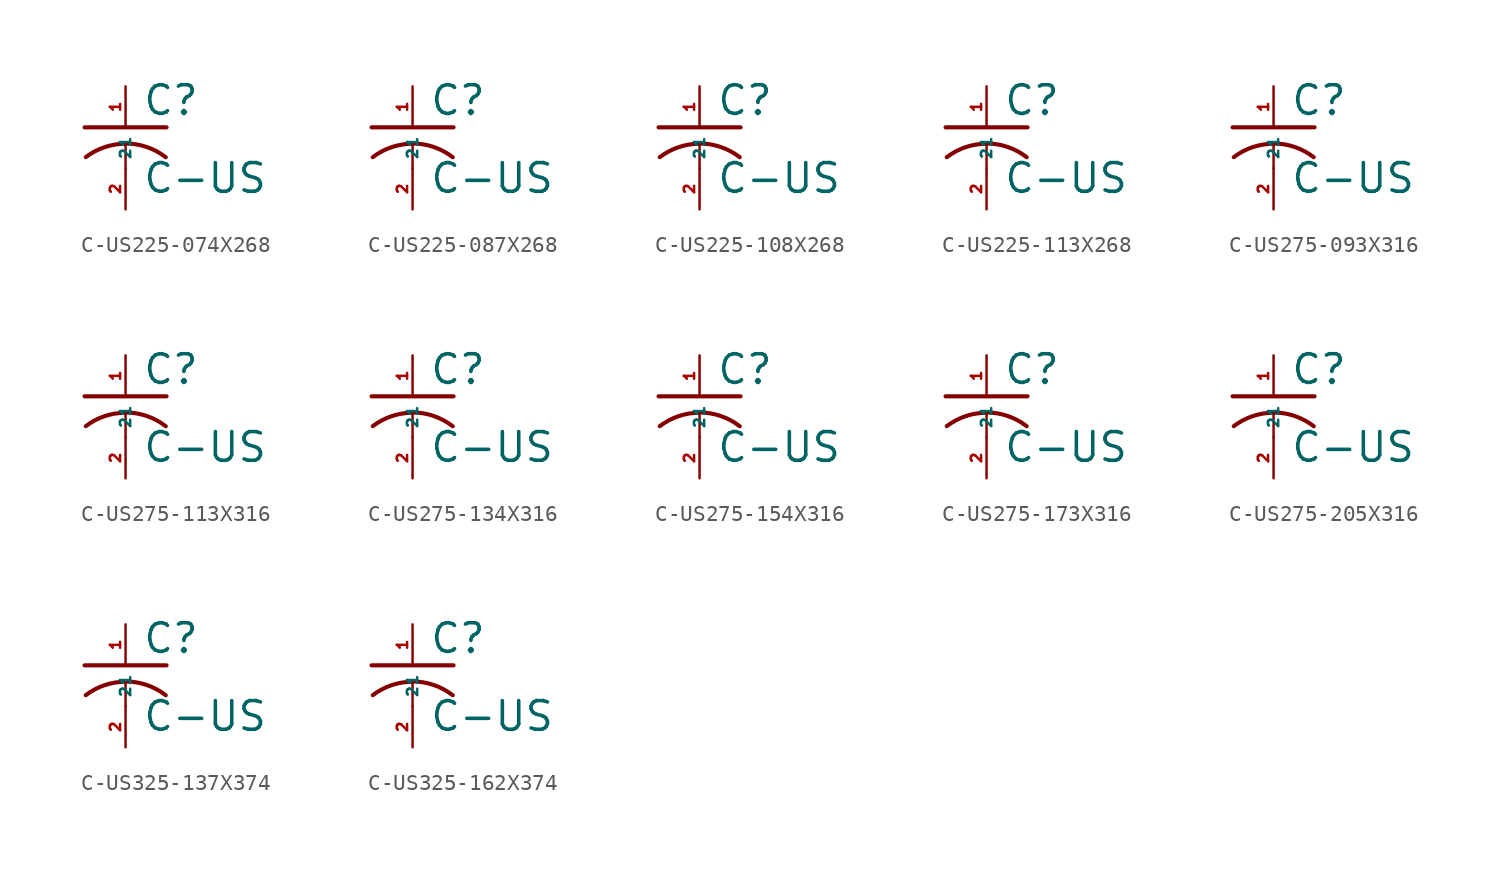
<source format=kicad_sym>
(kicad_symbol_lib
  (version 20220914)
  (generator Eagle2Kicad)
  (symbol "C-US225-074X268"
    (property "Reference" "C"
      (at 1.016 0.635 0)
      (effects (font (size 1.778 1.778) (thickness 0.22)) (justify left bottom)))
    (property "Value" "C-US"
      (at 1.016 -4.191 0)
      (effects (font (size 1.778 1.778) (thickness 0.22)) (justify left bottom)))
    (polyline
      (pts (xy -2.54 0) (xy 2.54 0))
      (stroke (width 0.254) (type default))
      (fill (type none)))
    (polyline
      (pts (xy 0 -1.016) (xy 0 -2.54))
      (stroke (width 0.152) (type default))
      (fill (type none)))
    (arc
      (start 2.4892 -1.8542)
      (mid 1.316 -1.220)
      (end 0 -1)
      (stroke (width 0.254) (type default))
      (fill (type none)))
    (arc
      (start 0 -1.0161)
      (mid -1.302 -1.230)
      (end -2.4668 -1.8504)
      (stroke (width 0.254) (type default))
      (fill (type none)))
    (pin passive line
      (at 0 2.54 270)
      (length 2.54)
      (name "1" (effects (font (size 0.635 0.635) (thickness 0.08)) (justify left bottom)))
      (number "1" (effects (font (size 0.635 0.635) (thickness 0.08)) (justify left bottom))))
    (pin passive line
      (at 0 -5.08 90)
      (length 2.54)
      (name "2" (effects (font (size 0.635 0.635) (thickness 0.08)) (justify left bottom)))
      (number "2" (effects (font (size 0.635 0.635) (thickness 0.08)) (justify left bottom)))))
  (symbol "C-US225-087X268"
    (property "Reference" "C"
      (at 1.016 0.635 0)
      (effects (font (size 1.778 1.778) (thickness 0.22)) (justify left bottom)))
    (property "Value" "C-US"
      (at 1.016 -4.191 0)
      (effects (font (size 1.778 1.778) (thickness 0.22)) (justify left bottom)))
    (polyline
      (pts (xy -2.54 0) (xy 2.54 0))
      (stroke (width 0.254) (type default))
      (fill (type none)))
    (polyline
      (pts (xy 0 -1.016) (xy 0 -2.54))
      (stroke (width 0.152) (type default))
      (fill (type none)))
    (arc
      (start 2.4892 -1.8542)
      (mid 1.316 -1.220)
      (end 0 -1)
      (stroke (width 0.254) (type default))
      (fill (type none)))
    (arc
      (start 0 -1.0161)
      (mid -1.302 -1.230)
      (end -2.4668 -1.8504)
      (stroke (width 0.254) (type default))
      (fill (type none)))
    (pin passive line
      (at 0 2.54 270)
      (length 2.54)
      (name "1" (effects (font (size 0.635 0.635) (thickness 0.08)) (justify left bottom)))
      (number "1" (effects (font (size 0.635 0.635) (thickness 0.08)) (justify left bottom))))
    (pin passive line
      (at 0 -5.08 90)
      (length 2.54)
      (name "2" (effects (font (size 0.635 0.635) (thickness 0.08)) (justify left bottom)))
      (number "2" (effects (font (size 0.635 0.635) (thickness 0.08)) (justify left bottom)))))
  (symbol "C-US225-108X268"
    (property "Reference" "C"
      (at 1.016 0.635 0)
      (effects (font (size 1.778 1.778) (thickness 0.22)) (justify left bottom)))
    (property "Value" "C-US"
      (at 1.016 -4.191 0)
      (effects (font (size 1.778 1.778) (thickness 0.22)) (justify left bottom)))
    (polyline
      (pts (xy -2.54 0) (xy 2.54 0))
      (stroke (width 0.254) (type default))
      (fill (type none)))
    (polyline
      (pts (xy 0 -1.016) (xy 0 -2.54))
      (stroke (width 0.152) (type default))
      (fill (type none)))
    (arc
      (start 2.4892 -1.8542)
      (mid 1.316 -1.220)
      (end 0 -1)
      (stroke (width 0.254) (type default))
      (fill (type none)))
    (arc
      (start 0 -1.0161)
      (mid -1.302 -1.230)
      (end -2.4668 -1.8504)
      (stroke (width 0.254) (type default))
      (fill (type none)))
    (pin passive line
      (at 0 2.54 270)
      (length 2.54)
      (name "1" (effects (font (size 0.635 0.635) (thickness 0.08)) (justify left bottom)))
      (number "1" (effects (font (size 0.635 0.635) (thickness 0.08)) (justify left bottom))))
    (pin passive line
      (at 0 -5.08 90)
      (length 2.54)
      (name "2" (effects (font (size 0.635 0.635) (thickness 0.08)) (justify left bottom)))
      (number "2" (effects (font (size 0.635 0.635) (thickness 0.08)) (justify left bottom)))))
  (symbol "C-US225-113X268"
    (property "Reference" "C"
      (at 1.016 0.635 0)
      (effects (font (size 1.778 1.778) (thickness 0.22)) (justify left bottom)))
    (property "Value" "C-US"
      (at 1.016 -4.191 0)
      (effects (font (size 1.778 1.778) (thickness 0.22)) (justify left bottom)))
    (polyline
      (pts (xy -2.54 0) (xy 2.54 0))
      (stroke (width 0.254) (type default))
      (fill (type none)))
    (polyline
      (pts (xy 0 -1.016) (xy 0 -2.54))
      (stroke (width 0.152) (type default))
      (fill (type none)))
    (arc
      (start 2.4892 -1.8542)
      (mid 1.316 -1.220)
      (end 0 -1)
      (stroke (width 0.254) (type default))
      (fill (type none)))
    (arc
      (start 0 -1.0161)
      (mid -1.302 -1.230)
      (end -2.4668 -1.8504)
      (stroke (width 0.254) (type default))
      (fill (type none)))
    (pin passive line
      (at 0 2.54 270)
      (length 2.54)
      (name "1" (effects (font (size 0.635 0.635) (thickness 0.08)) (justify left bottom)))
      (number "1" (effects (font (size 0.635 0.635) (thickness 0.08)) (justify left bottom))))
    (pin passive line
      (at 0 -5.08 90)
      (length 2.54)
      (name "2" (effects (font (size 0.635 0.635) (thickness 0.08)) (justify left bottom)))
      (number "2" (effects (font (size 0.635 0.635) (thickness 0.08)) (justify left bottom)))))
  (symbol "C-US275-093X316"
    (property "Reference" "C"
      (at 1.016 0.635 0)
      (effects (font (size 1.778 1.778) (thickness 0.22)) (justify left bottom)))
    (property "Value" "C-US"
      (at 1.016 -4.191 0)
      (effects (font (size 1.778 1.778) (thickness 0.22)) (justify left bottom)))
    (polyline
      (pts (xy -2.54 0) (xy 2.54 0))
      (stroke (width 0.254) (type default))
      (fill (type none)))
    (polyline
      (pts (xy 0 -1.016) (xy 0 -2.54))
      (stroke (width 0.152) (type default))
      (fill (type none)))
    (arc
      (start 2.4892 -1.8542)
      (mid 1.316 -1.220)
      (end 0 -1)
      (stroke (width 0.254) (type default))
      (fill (type none)))
    (arc
      (start 0 -1.0161)
      (mid -1.302 -1.230)
      (end -2.4668 -1.8504)
      (stroke (width 0.254) (type default))
      (fill (type none)))
    (pin passive line
      (at 0 2.54 270)
      (length 2.54)
      (name "1" (effects (font (size 0.635 0.635) (thickness 0.08)) (justify left bottom)))
      (number "1" (effects (font (size 0.635 0.635) (thickness 0.08)) (justify left bottom))))
    (pin passive line
      (at 0 -5.08 90)
      (length 2.54)
      (name "2" (effects (font (size 0.635 0.635) (thickness 0.08)) (justify left bottom)))
      (number "2" (effects (font (size 0.635 0.635) (thickness 0.08)) (justify left bottom)))))
  (symbol "C-US275-113X316"
    (property "Reference" "C"
      (at 1.016 0.635 0)
      (effects (font (size 1.778 1.778) (thickness 0.22)) (justify left bottom)))
    (property "Value" "C-US"
      (at 1.016 -4.191 0)
      (effects (font (size 1.778 1.778) (thickness 0.22)) (justify left bottom)))
    (polyline
      (pts (xy -2.54 0) (xy 2.54 0))
      (stroke (width 0.254) (type default))
      (fill (type none)))
    (polyline
      (pts (xy 0 -1.016) (xy 0 -2.54))
      (stroke (width 0.152) (type default))
      (fill (type none)))
    (arc
      (start 2.4892 -1.8542)
      (mid 1.316 -1.220)
      (end 0 -1)
      (stroke (width 0.254) (type default))
      (fill (type none)))
    (arc
      (start 0 -1.0161)
      (mid -1.302 -1.230)
      (end -2.4668 -1.8504)
      (stroke (width 0.254) (type default))
      (fill (type none)))
    (pin passive line
      (at 0 2.54 270)
      (length 2.54)
      (name "1" (effects (font (size 0.635 0.635) (thickness 0.08)) (justify left bottom)))
      (number "1" (effects (font (size 0.635 0.635) (thickness 0.08)) (justify left bottom))))
    (pin passive line
      (at 0 -5.08 90)
      (length 2.54)
      (name "2" (effects (font (size 0.635 0.635) (thickness 0.08)) (justify left bottom)))
      (number "2" (effects (font (size 0.635 0.635) (thickness 0.08)) (justify left bottom)))))
  (symbol "C-US275-134X316"
    (property "Reference" "C"
      (at 1.016 0.635 0)
      (effects (font (size 1.778 1.778) (thickness 0.22)) (justify left bottom)))
    (property "Value" "C-US"
      (at 1.016 -4.191 0)
      (effects (font (size 1.778 1.778) (thickness 0.22)) (justify left bottom)))
    (polyline
      (pts (xy -2.54 0) (xy 2.54 0))
      (stroke (width 0.254) (type default))
      (fill (type none)))
    (polyline
      (pts (xy 0 -1.016) (xy 0 -2.54))
      (stroke (width 0.152) (type default))
      (fill (type none)))
    (arc
      (start 2.4892 -1.8542)
      (mid 1.316 -1.220)
      (end 0 -1)
      (stroke (width 0.254) (type default))
      (fill (type none)))
    (arc
      (start 0 -1.0161)
      (mid -1.302 -1.230)
      (end -2.4668 -1.8504)
      (stroke (width 0.254) (type default))
      (fill (type none)))
    (pin passive line
      (at 0 2.54 270)
      (length 2.54)
      (name "1" (effects (font (size 0.635 0.635) (thickness 0.08)) (justify left bottom)))
      (number "1" (effects (font (size 0.635 0.635) (thickness 0.08)) (justify left bottom))))
    (pin passive line
      (at 0 -5.08 90)
      (length 2.54)
      (name "2" (effects (font (size 0.635 0.635) (thickness 0.08)) (justify left bottom)))
      (number "2" (effects (font (size 0.635 0.635) (thickness 0.08)) (justify left bottom)))))
  (symbol "C-US275-154X316"
    (property "Reference" "C"
      (at 1.016 0.635 0)
      (effects (font (size 1.778 1.778) (thickness 0.22)) (justify left bottom)))
    (property "Value" "C-US"
      (at 1.016 -4.191 0)
      (effects (font (size 1.778 1.778) (thickness 0.22)) (justify left bottom)))
    (polyline
      (pts (xy -2.54 0) (xy 2.54 0))
      (stroke (width 0.254) (type default))
      (fill (type none)))
    (polyline
      (pts (xy 0 -1.016) (xy 0 -2.54))
      (stroke (width 0.152) (type default))
      (fill (type none)))
    (arc
      (start 2.4892 -1.8542)
      (mid 1.316 -1.220)
      (end 0 -1)
      (stroke (width 0.254) (type default))
      (fill (type none)))
    (arc
      (start 0 -1.0161)
      (mid -1.302 -1.230)
      (end -2.4668 -1.8504)
      (stroke (width 0.254) (type default))
      (fill (type none)))
    (pin passive line
      (at 0 2.54 270)
      (length 2.54)
      (name "1" (effects (font (size 0.635 0.635) (thickness 0.08)) (justify left bottom)))
      (number "1" (effects (font (size 0.635 0.635) (thickness 0.08)) (justify left bottom))))
    (pin passive line
      (at 0 -5.08 90)
      (length 2.54)
      (name "2" (effects (font (size 0.635 0.635) (thickness 0.08)) (justify left bottom)))
      (number "2" (effects (font (size 0.635 0.635) (thickness 0.08)) (justify left bottom)))))
  (symbol "C-US275-173X316"
    (property "Reference" "C"
      (at 1.016 0.635 0)
      (effects (font (size 1.778 1.778) (thickness 0.22)) (justify left bottom)))
    (property "Value" "C-US"
      (at 1.016 -4.191 0)
      (effects (font (size 1.778 1.778) (thickness 0.22)) (justify left bottom)))
    (polyline
      (pts (xy -2.54 0) (xy 2.54 0))
      (stroke (width 0.254) (type default))
      (fill (type none)))
    (polyline
      (pts (xy 0 -1.016) (xy 0 -2.54))
      (stroke (width 0.152) (type default))
      (fill (type none)))
    (arc
      (start 2.4892 -1.8542)
      (mid 1.316 -1.220)
      (end 0 -1)
      (stroke (width 0.254) (type default))
      (fill (type none)))
    (arc
      (start 0 -1.0161)
      (mid -1.302 -1.230)
      (end -2.4668 -1.8504)
      (stroke (width 0.254) (type default))
      (fill (type none)))
    (pin passive line
      (at 0 2.54 270)
      (length 2.54)
      (name "1" (effects (font (size 0.635 0.635) (thickness 0.08)) (justify left bottom)))
      (number "1" (effects (font (size 0.635 0.635) (thickness 0.08)) (justify left bottom))))
    (pin passive line
      (at 0 -5.08 90)
      (length 2.54)
      (name "2" (effects (font (size 0.635 0.635) (thickness 0.08)) (justify left bottom)))
      (number "2" (effects (font (size 0.635 0.635) (thickness 0.08)) (justify left bottom)))))
  (symbol "C-US275-205X316"
    (property "Reference" "C"
      (at 1.016 0.635 0)
      (effects (font (size 1.778 1.778) (thickness 0.22)) (justify left bottom)))
    (property "Value" "C-US"
      (at 1.016 -4.191 0)
      (effects (font (size 1.778 1.778) (thickness 0.22)) (justify left bottom)))
    (polyline
      (pts (xy -2.54 0) (xy 2.54 0))
      (stroke (width 0.254) (type default))
      (fill (type none)))
    (polyline
      (pts (xy 0 -1.016) (xy 0 -2.54))
      (stroke (width 0.152) (type default))
      (fill (type none)))
    (arc
      (start 2.4892 -1.8542)
      (mid 1.316 -1.220)
      (end 0 -1)
      (stroke (width 0.254) (type default))
      (fill (type none)))
    (arc
      (start 0 -1.0161)
      (mid -1.302 -1.230)
      (end -2.4668 -1.8504)
      (stroke (width 0.254) (type default))
      (fill (type none)))
    (pin passive line
      (at 0 2.54 270)
      (length 2.54)
      (name "1" (effects (font (size 0.635 0.635) (thickness 0.08)) (justify left bottom)))
      (number "1" (effects (font (size 0.635 0.635) (thickness 0.08)) (justify left bottom))))
    (pin passive line
      (at 0 -5.08 90)
      (length 2.54)
      (name "2" (effects (font (size 0.635 0.635) (thickness 0.08)) (justify left bottom)))
      (number "2" (effects (font (size 0.635 0.635) (thickness 0.08)) (justify left bottom)))))
  (symbol "C-US325-137X374"
    (property "Reference" "C"
      (at 1.016 0.635 0)
      (effects (font (size 1.778 1.778) (thickness 0.22)) (justify left bottom)))
    (property "Value" "C-US"
      (at 1.016 -4.191 0)
      (effects (font (size 1.778 1.778) (thickness 0.22)) (justify left bottom)))
    (polyline
      (pts (xy -2.54 0) (xy 2.54 0))
      (stroke (width 0.254) (type default))
      (fill (type none)))
    (polyline
      (pts (xy 0 -1.016) (xy 0 -2.54))
      (stroke (width 0.152) (type default))
      (fill (type none)))
    (arc
      (start 2.4892 -1.8542)
      (mid 1.316 -1.220)
      (end 0 -1)
      (stroke (width 0.254) (type default))
      (fill (type none)))
    (arc
      (start 0 -1.0161)
      (mid -1.302 -1.230)
      (end -2.4668 -1.8504)
      (stroke (width 0.254) (type default))
      (fill (type none)))
    (pin passive line
      (at 0 2.54 270)
      (length 2.54)
      (name "1" (effects (font (size 0.635 0.635) (thickness 0.08)) (justify left bottom)))
      (number "1" (effects (font (size 0.635 0.635) (thickness 0.08)) (justify left bottom))))
    (pin passive line
      (at 0 -5.08 90)
      (length 2.54)
      (name "2" (effects (font (size 0.635 0.635) (thickness 0.08)) (justify left bottom)))
      (number "2" (effects (font (size 0.635 0.635) (thickness 0.08)) (justify left bottom)))))
  (symbol "C-US325-162X374"
    (property "Reference" "C"
      (at 1.016 0.635 0)
      (effects (font (size 1.778 1.778) (thickness 0.22)) (justify left bottom)))
    (property "Value" "C-US"
      (at 1.016 -4.191 0)
      (effects (font (size 1.778 1.778) (thickness 0.22)) (justify left bottom)))
    (polyline
      (pts (xy -2.54 0) (xy 2.54 0))
      (stroke (width 0.254) (type default))
      (fill (type none)))
    (polyline
      (pts (xy 0 -1.016) (xy 0 -2.54))
      (stroke (width 0.152) (type default))
      (fill (type none)))
    (arc
      (start 2.4892 -1.8542)
      (mid 1.316 -1.220)
      (end 0 -1)
      (stroke (width 0.254) (type default))
      (fill (type none)))
    (arc
      (start 0 -1.0161)
      (mid -1.302 -1.230)
      (end -2.4668 -1.8504)
      (stroke (width 0.254) (type default))
      (fill (type none)))
    (pin passive line
      (at 0 2.54 270)
      (length 2.54)
      (name "1" (effects (font (size 0.635 0.635) (thickness 0.08)) (justify left bottom)))
      (number "1" (effects (font (size 0.635 0.635) (thickness 0.08)) (justify left bottom))))
    (pin passive line
      (at 0 -5.08 90)
      (length 2.54)
      (name "2" (effects (font (size 0.635 0.635) (thickness 0.08)) (justify left bottom)))
      (number "2" (effects (font (size 0.635 0.635) (thickness 0.08)) (justify left bottom))))))
</source>
